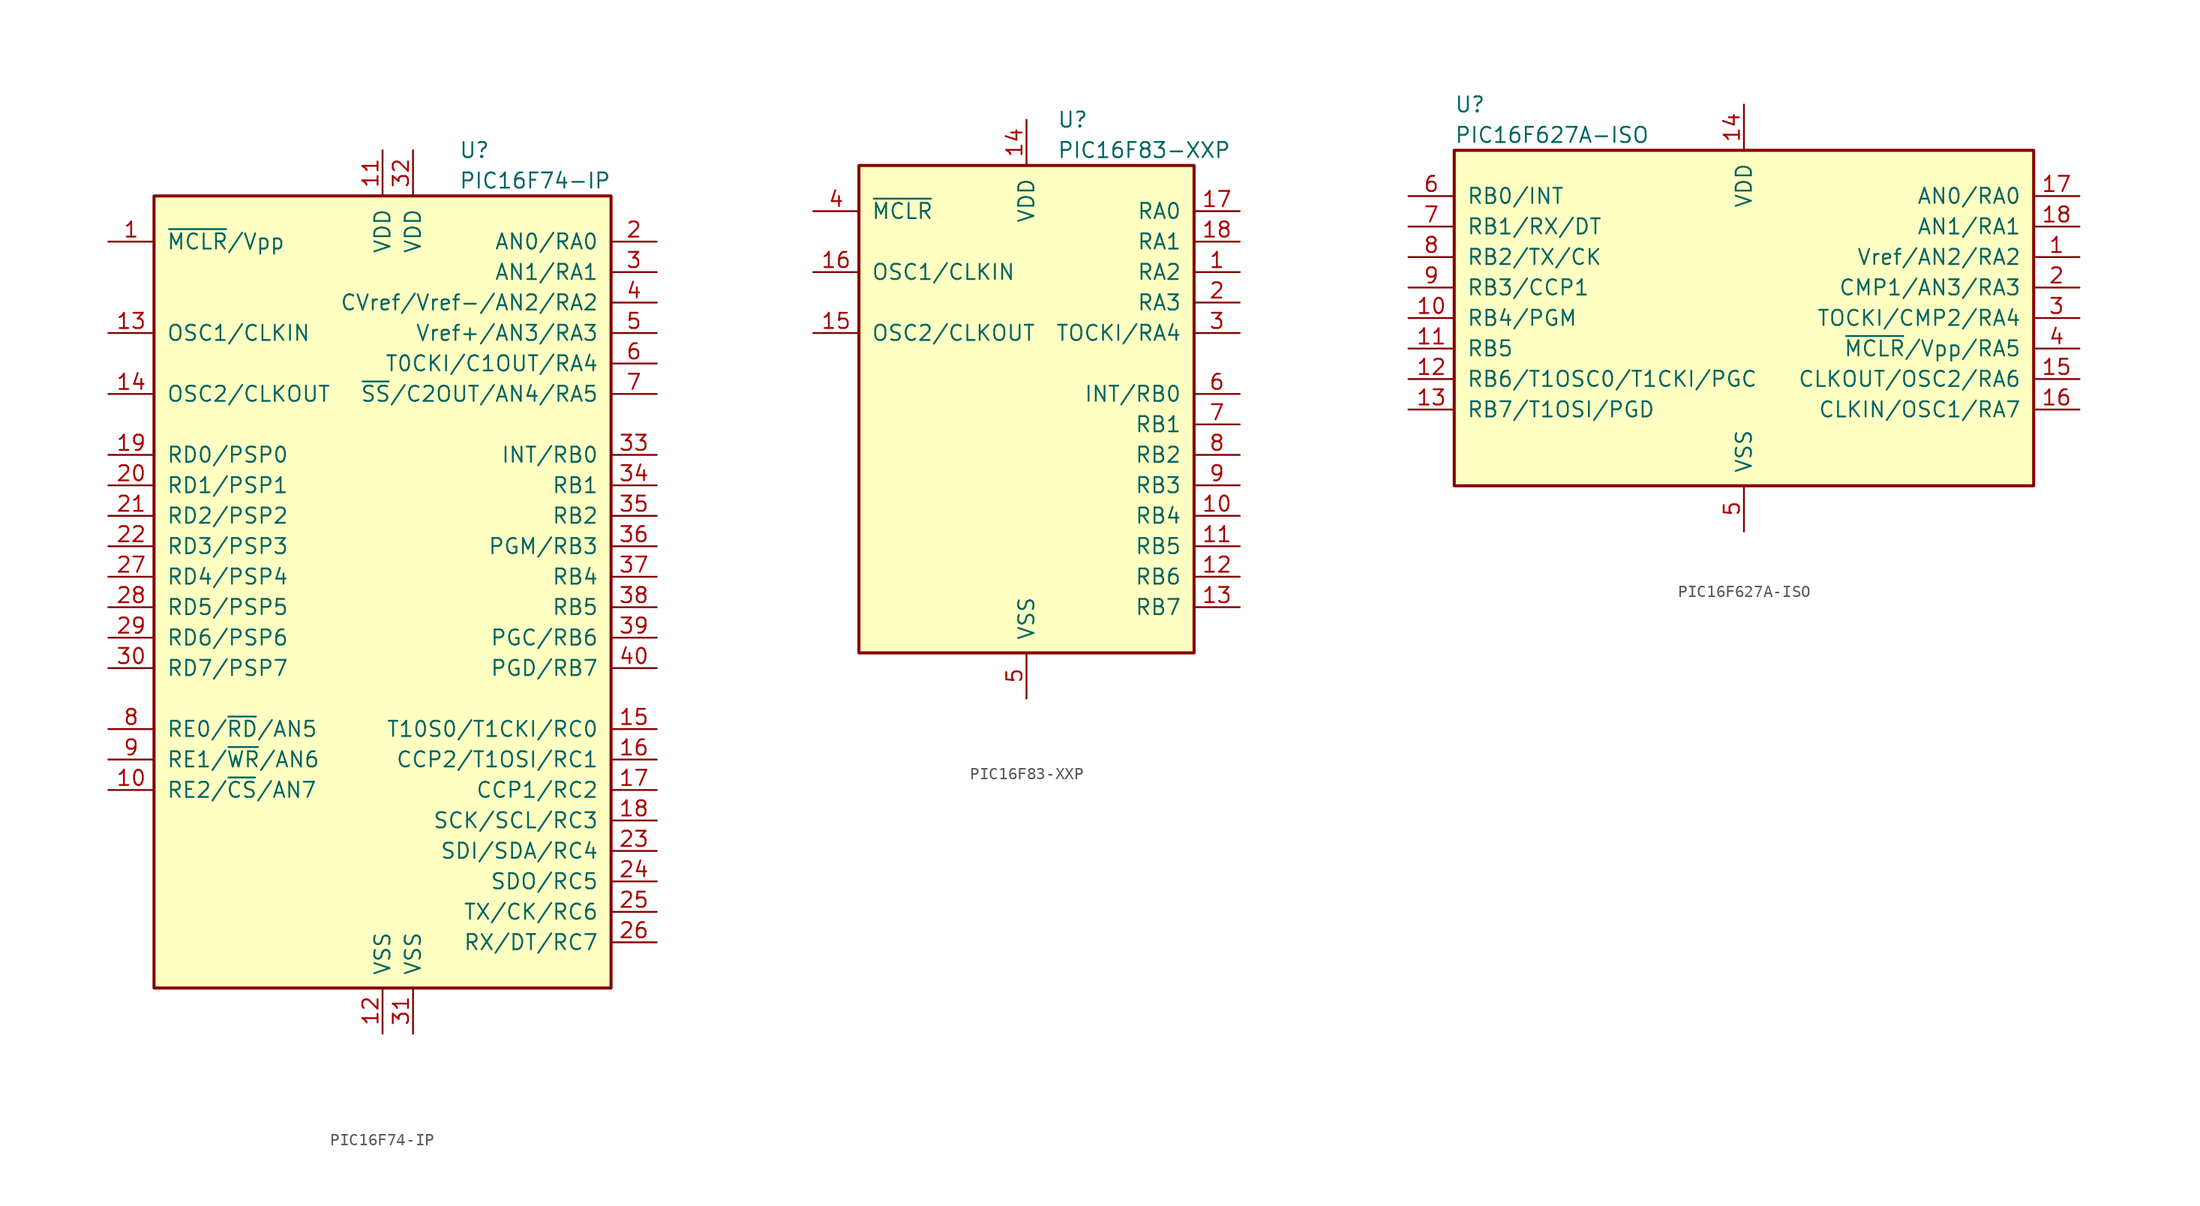
<source format=kicad_sym>
(kicad_symbol_lib
  (version 20201005)
  (generator kicad_symbol_editor)
  (symbol "PIC16F74-IP"
    (pin_names
      (offset 1.016))
    (property "Reference" "U"
      (at 6.35 35.56 0)
      (effects (font (size 1.27 1.27)) (justify left)))
    (property "Value" "PIC16F74-IP"
      (at 6.35 33.02 0)
      (effects (font (size 1.27 1.27)) (justify left)))
    (symbol "PIC16F74-IP_0_1"
      (rectangle (start -19.05 -34.29) (end 19.05 31.75) (stroke (width 0.254)) (fill (type background))))
    (symbol "PIC16F74-IP_1_1"
      (pin input line (at -22.86 27.94 0) (length 3.81) (name "~MCLR~/Vpp" (effects (font (size 1.27 1.27)))) (number "1" (effects (font (size 1.27 1.27)))))
      (pin bidirectional line (at -22.86 -17.78 0) (length 3.81) (name "RE2/~CS~/AN7" (effects (font (size 1.27 1.27)))) (number "10" (effects (font (size 1.27 1.27)))))
      (pin power_in line (at 0 35.56 270) (length 3.81) (name "VDD" (effects (font (size 1.27 1.27)))) (number "11" (effects (font (size 1.27 1.27)))))
      (pin power_in line (at 0 -38.1 90) (length 3.81) (name "VSS" (effects (font (size 1.27 1.27)))) (number "12" (effects (font (size 1.27 1.27)))))
      (pin input line (at -22.86 20.32 0) (length 3.81) (name "OSC1/CLKIN" (effects (font (size 1.27 1.27)))) (number "13" (effects (font (size 1.27 1.27)))))
      (pin output line (at -22.86 15.24 0) (length 3.81) (name "OSC2/CLKOUT" (effects (font (size 1.27 1.27)))) (number "14" (effects (font (size 1.27 1.27)))))
      (pin bidirectional line (at 22.86 -12.7 180) (length 3.81) (name "T10S0/T1CKI/RC0" (effects (font (size 1.27 1.27)))) (number "15" (effects (font (size 1.27 1.27)))))
      (pin bidirectional line (at 22.86 -15.24 180) (length 3.81) (name "CCP2/T1OSI/RC1" (effects (font (size 1.27 1.27)))) (number "16" (effects (font (size 1.27 1.27)))))
      (pin bidirectional line (at 22.86 -17.78 180) (length 3.81) (name "CCP1/RC2" (effects (font (size 1.27 1.27)))) (number "17" (effects (font (size 1.27 1.27)))))
      (pin bidirectional line (at 22.86 -20.32 180) (length 3.81) (name "SCK/SCL/RC3" (effects (font (size 1.27 1.27)))) (number "18" (effects (font (size 1.27 1.27)))))
      (pin bidirectional line (at -22.86 10.16 0) (length 3.81) (name "RD0/PSP0" (effects (font (size 1.27 1.27)))) (number "19" (effects (font (size 1.27 1.27)))))
      (pin bidirectional line (at 22.86 27.94 180) (length 3.81) (name "AN0/RA0" (effects (font (size 1.27 1.27)))) (number "2" (effects (font (size 1.27 1.27)))))
      (pin bidirectional line (at -22.86 7.62 0) (length 3.81) (name "RD1/PSP1" (effects (font (size 1.27 1.27)))) (number "20" (effects (font (size 1.27 1.27)))))
      (pin bidirectional line (at -22.86 5.08 0) (length 3.81) (name "RD2/PSP2" (effects (font (size 1.27 1.27)))) (number "21" (effects (font (size 1.27 1.27)))))
      (pin bidirectional line (at -22.86 2.54 0) (length 3.81) (name "RD3/PSP3" (effects (font (size 1.27 1.27)))) (number "22" (effects (font (size 1.27 1.27)))))
      (pin bidirectional line (at 22.86 -22.86 180) (length 3.81) (name "SDI/SDA/RC4" (effects (font (size 1.27 1.27)))) (number "23" (effects (font (size 1.27 1.27)))))
      (pin bidirectional line (at 22.86 -25.4 180) (length 3.81) (name "SDO/RC5" (effects (font (size 1.27 1.27)))) (number "24" (effects (font (size 1.27 1.27)))))
      (pin bidirectional line (at 22.86 -27.94 180) (length 3.81) (name "TX/CK/RC6" (effects (font (size 1.27 1.27)))) (number "25" (effects (font (size 1.27 1.27)))))
      (pin bidirectional line (at 22.86 -30.48 180) (length 3.81) (name "RX/DT/RC7" (effects (font (size 1.27 1.27)))) (number "26" (effects (font (size 1.27 1.27)))))
      (pin bidirectional line (at -22.86 0 0) (length 3.81) (name "RD4/PSP4" (effects (font (size 1.27 1.27)))) (number "27" (effects (font (size 1.27 1.27)))))
      (pin bidirectional line (at -22.86 -2.54 0) (length 3.81) (name "RD5/PSP5" (effects (font (size 1.27 1.27)))) (number "28" (effects (font (size 1.27 1.27)))))
      (pin bidirectional line (at -22.86 -5.08 0) (length 3.81) (name "RD6/PSP6" (effects (font (size 1.27 1.27)))) (number "29" (effects (font (size 1.27 1.27)))))
      (pin bidirectional line (at 22.86 25.4 180) (length 3.81) (name "AN1/RA1" (effects (font (size 1.27 1.27)))) (number "3" (effects (font (size 1.27 1.27)))))
      (pin bidirectional line (at -22.86 -7.62 0) (length 3.81) (name "RD7/PSP7" (effects (font (size 1.27 1.27)))) (number "30" (effects (font (size 1.27 1.27)))))
      (pin power_in line (at 2.54 -38.1 90) (length 3.81) (name "VSS" (effects (font (size 1.27 1.27)))) (number "31" (effects (font (size 1.27 1.27)))))
      (pin power_in line (at 2.54 35.56 270) (length 3.81) (name "VDD" (effects (font (size 1.27 1.27)))) (number "32" (effects (font (size 1.27 1.27)))))
      (pin bidirectional line (at 22.86 10.16 180) (length 3.81) (name "INT/RB0" (effects (font (size 1.27 1.27)))) (number "33" (effects (font (size 1.27 1.27)))))
      (pin bidirectional line (at 22.86 7.62 180) (length 3.81) (name "RB1" (effects (font (size 1.27 1.27)))) (number "34" (effects (font (size 1.27 1.27)))))
      (pin bidirectional line (at 22.86 5.08 180) (length 3.81) (name "RB2" (effects (font (size 1.27 1.27)))) (number "35" (effects (font (size 1.27 1.27)))))
      (pin bidirectional line (at 22.86 2.54 180) (length 3.81) (name "PGM/RB3" (effects (font (size 1.27 1.27)))) (number "36" (effects (font (size 1.27 1.27)))))
      (pin bidirectional line (at 22.86 0 180) (length 3.81) (name "RB4" (effects (font (size 1.27 1.27)))) (number "37" (effects (font (size 1.27 1.27)))))
      (pin bidirectional line (at 22.86 -2.54 180) (length 3.81) (name "RB5" (effects (font (size 1.27 1.27)))) (number "38" (effects (font (size 1.27 1.27)))))
      (pin bidirectional line (at 22.86 -5.08 180) (length 3.81) (name "PGC/RB6" (effects (font (size 1.27 1.27)))) (number "39" (effects (font (size 1.27 1.27)))))
      (pin bidirectional line (at 22.86 22.86 180) (length 3.81) (name "CVref/Vref-/AN2/RA2" (effects (font (size 1.27 1.27)))) (number "4" (effects (font (size 1.27 1.27)))))
      (pin bidirectional line (at 22.86 -7.62 180) (length 3.81) (name "PGD/RB7" (effects (font (size 1.27 1.27)))) (number "40" (effects (font (size 1.27 1.27)))))
      (pin bidirectional line (at 22.86 20.32 180) (length 3.81) (name "Vref+/AN3/RA3" (effects (font (size 1.27 1.27)))) (number "5" (effects (font (size 1.27 1.27)))))
      (pin bidirectional line (at 22.86 17.78 180) (length 3.81) (name "T0CKI/C1OUT/RA4" (effects (font (size 1.27 1.27)))) (number "6" (effects (font (size 1.27 1.27)))))
      (pin bidirectional line (at 22.86 15.24 180) (length 3.81) (name "~SS~/C2OUT/AN4/RA5" (effects (font (size 1.27 1.27)))) (number "7" (effects (font (size 1.27 1.27)))))
      (pin bidirectional line (at -22.86 -12.7 0) (length 3.81) (name "RE0/~RD~/AN5" (effects (font (size 1.27 1.27)))) (number "8" (effects (font (size 1.27 1.27)))))
      (pin bidirectional line (at -22.86 -15.24 0) (length 3.81) (name "RE1/~WR~/AN6" (effects (font (size 1.27 1.27)))) (number "9" (effects (font (size 1.27 1.27)))))))
  (symbol "PIC16F83-XXP"
    (pin_names
      (offset 1.016))
    (property "Reference" "U"
      (at 2.54 22.86 0)
      (effects (font (size 1.27 1.27)) (justify left)))
    (property "Value" "PIC16F83-XXP"
      (at 2.54 20.32 0)
      (effects (font (size 1.27 1.27)) (justify left)))
    (symbol "PIC16F83-XXP_0_1"
      (rectangle (start -13.97 19.05) (end 13.97 -21.59) (stroke (width 0.254)) (fill (type background))))
    (symbol "PIC16F83-XXP_1_1"
      (pin bidirectional line (at 17.78 10.16 180) (length 3.81) (name "RA2" (effects (font (size 1.27 1.27)))) (number "1" (effects (font (size 1.27 1.27)))))
      (pin bidirectional line (at 17.78 -10.16 180) (length 3.81) (name "RB4" (effects (font (size 1.27 1.27)))) (number "10" (effects (font (size 1.27 1.27)))))
      (pin bidirectional line (at 17.78 -12.7 180) (length 3.81) (name "RB5" (effects (font (size 1.27 1.27)))) (number "11" (effects (font (size 1.27 1.27)))))
      (pin bidirectional line (at 17.78 -15.24 180) (length 3.81) (name "RB6" (effects (font (size 1.27 1.27)))) (number "12" (effects (font (size 1.27 1.27)))))
      (pin bidirectional line (at 17.78 -17.78 180) (length 3.81) (name "RB7" (effects (font (size 1.27 1.27)))) (number "13" (effects (font (size 1.27 1.27)))))
      (pin power_in line (at 0 22.86 270) (length 3.81) (name "VDD" (effects (font (size 1.27 1.27)))) (number "14" (effects (font (size 1.27 1.27)))))
      (pin output line (at -17.78 5.08 0) (length 3.81) (name "OSC2/CLKOUT" (effects (font (size 1.27 1.27)))) (number "15" (effects (font (size 1.27 1.27)))))
      (pin input line (at -17.78 10.16 0) (length 3.81) (name "OSC1/CLKIN" (effects (font (size 1.27 1.27)))) (number "16" (effects (font (size 1.27 1.27)))))
      (pin bidirectional line (at 17.78 15.24 180) (length 3.81) (name "RA0" (effects (font (size 1.27 1.27)))) (number "17" (effects (font (size 1.27 1.27)))))
      (pin bidirectional line (at 17.78 12.7 180) (length 3.81) (name "RA1" (effects (font (size 1.27 1.27)))) (number "18" (effects (font (size 1.27 1.27)))))
      (pin bidirectional line (at 17.78 7.62 180) (length 3.81) (name "RA3" (effects (font (size 1.27 1.27)))) (number "2" (effects (font (size 1.27 1.27)))))
      (pin bidirectional line (at 17.78 5.08 180) (length 3.81) (name "TOCKI/RA4" (effects (font (size 1.27 1.27)))) (number "3" (effects (font (size 1.27 1.27)))))
      (pin input line (at -17.78 15.24 0) (length 3.81) (name "~MCLR~" (effects (font (size 1.27 1.27)))) (number "4" (effects (font (size 1.27 1.27)))))
      (pin power_in line (at 0 -25.4 90) (length 3.81) (name "VSS" (effects (font (size 1.27 1.27)))) (number "5" (effects (font (size 1.27 1.27)))))
      (pin bidirectional line (at 17.78 0 180) (length 3.81) (name "INT/RB0" (effects (font (size 1.27 1.27)))) (number "6" (effects (font (size 1.27 1.27)))))
      (pin bidirectional line (at 17.78 -2.54 180) (length 3.81) (name "RB1" (effects (font (size 1.27 1.27)))) (number "7" (effects (font (size 1.27 1.27)))))
      (pin bidirectional line (at 17.78 -5.08 180) (length 3.81) (name "RB2" (effects (font (size 1.27 1.27)))) (number "8" (effects (font (size 1.27 1.27)))))
      (pin bidirectional line (at 17.78 -7.62 180) (length 3.81) (name "RB3" (effects (font (size 1.27 1.27)))) (number "9" (effects (font (size 1.27 1.27)))))))
  (symbol "PIC16F627A-ISO"
    (pin_names
      (offset 1.016))
    (property "Reference" "U"
      (at -24.13 17.78 0)
      (effects (font (size 1.27 1.27)) (justify left)))
    (property "Value" "PIC16F627A-ISO"
      (at -24.13 15.24 0)
      (effects (font (size 1.27 1.27)) (justify left)))
    (symbol "PIC16F627A-ISO_0_1"
      (rectangle (start 24.13 13.97) (end -24.13 -13.97) (stroke (width 0.254)) (fill (type background))))
    (symbol "PIC16F627A-ISO_1_1"
      (pin bidirectional line (at 27.94 5.08 180) (length 3.81) (name "Vref/AN2/RA2" (effects (font (size 1.27 1.27)))) (number "1" (effects (font (size 1.27 1.27)))))
      (pin bidirectional line (at -27.94 0 0) (length 3.81) (name "RB4/PGM" (effects (font (size 1.27 1.27)))) (number "10" (effects (font (size 1.27 1.27)))))
      (pin bidirectional line (at -27.94 -2.54 0) (length 3.81) (name "RB5" (effects (font (size 1.27 1.27)))) (number "11" (effects (font (size 1.27 1.27)))))
      (pin bidirectional line (at -27.94 -5.08 0) (length 3.81) (name "RB6/T1OSC0/T1CKI/PGC" (effects (font (size 1.27 1.27)))) (number "12" (effects (font (size 1.27 1.27)))))
      (pin bidirectional line (at -27.94 -7.62 0) (length 3.81) (name "RB7/T1OSI/PGD" (effects (font (size 1.27 1.27)))) (number "13" (effects (font (size 1.27 1.27)))))
      (pin power_in line (at 0 17.78 270) (length 3.81) (name "VDD" (effects (font (size 1.27 1.27)))) (number "14" (effects (font (size 1.27 1.27)))))
      (pin bidirectional line (at 27.94 -5.08 180) (length 3.81) (name "CLKOUT/OSC2/RA6" (effects (font (size 1.27 1.27)))) (number "15" (effects (font (size 1.27 1.27)))))
      (pin bidirectional line (at 27.94 -7.62 180) (length 3.81) (name "CLKIN/OSC1/RA7" (effects (font (size 1.27 1.27)))) (number "16" (effects (font (size 1.27 1.27)))))
      (pin bidirectional line (at 27.94 10.16 180) (length 3.81) (name "AN0/RA0" (effects (font (size 1.27 1.27)))) (number "17" (effects (font (size 1.27 1.27)))))
      (pin bidirectional line (at 27.94 7.62 180) (length 3.81) (name "AN1/RA1" (effects (font (size 1.27 1.27)))) (number "18" (effects (font (size 1.27 1.27)))))
      (pin bidirectional line (at 27.94 2.54 180) (length 3.81) (name "CMP1/AN3/RA3" (effects (font (size 1.27 1.27)))) (number "2" (effects (font (size 1.27 1.27)))))
      (pin bidirectional line (at 27.94 0 180) (length 3.81) (name "TOCKI/CMP2/RA4" (effects (font (size 1.27 1.27)))) (number "3" (effects (font (size 1.27 1.27)))))
      (pin input line (at 27.94 -2.54 180) (length 3.81) (name "~MCLR~/Vpp/RA5" (effects (font (size 1.27 1.27)))) (number "4" (effects (font (size 1.27 1.27)))))
      (pin power_in line (at 0 -17.78 90) (length 3.81) (name "VSS" (effects (font (size 1.27 1.27)))) (number "5" (effects (font (size 1.27 1.27)))))
      (pin bidirectional line (at -27.94 10.16 0) (length 3.81) (name "RB0/INT" (effects (font (size 1.27 1.27)))) (number "6" (effects (font (size 1.27 1.27)))))
      (pin bidirectional line (at -27.94 7.62 0) (length 3.81) (name "RB1/RX/DT" (effects (font (size 1.27 1.27)))) (number "7" (effects (font (size 1.27 1.27)))))
      (pin bidirectional line (at -27.94 5.08 0) (length 3.81) (name "RB2/TX/CK" (effects (font (size 1.27 1.27)))) (number "8" (effects (font (size 1.27 1.27)))))
      (pin bidirectional line (at -27.94 2.54 0) (length 3.81) (name "RB3/CCP1" (effects (font (size 1.27 1.27)))) (number "9" (effects (font (size 1.27 1.27))))))))
</source>
